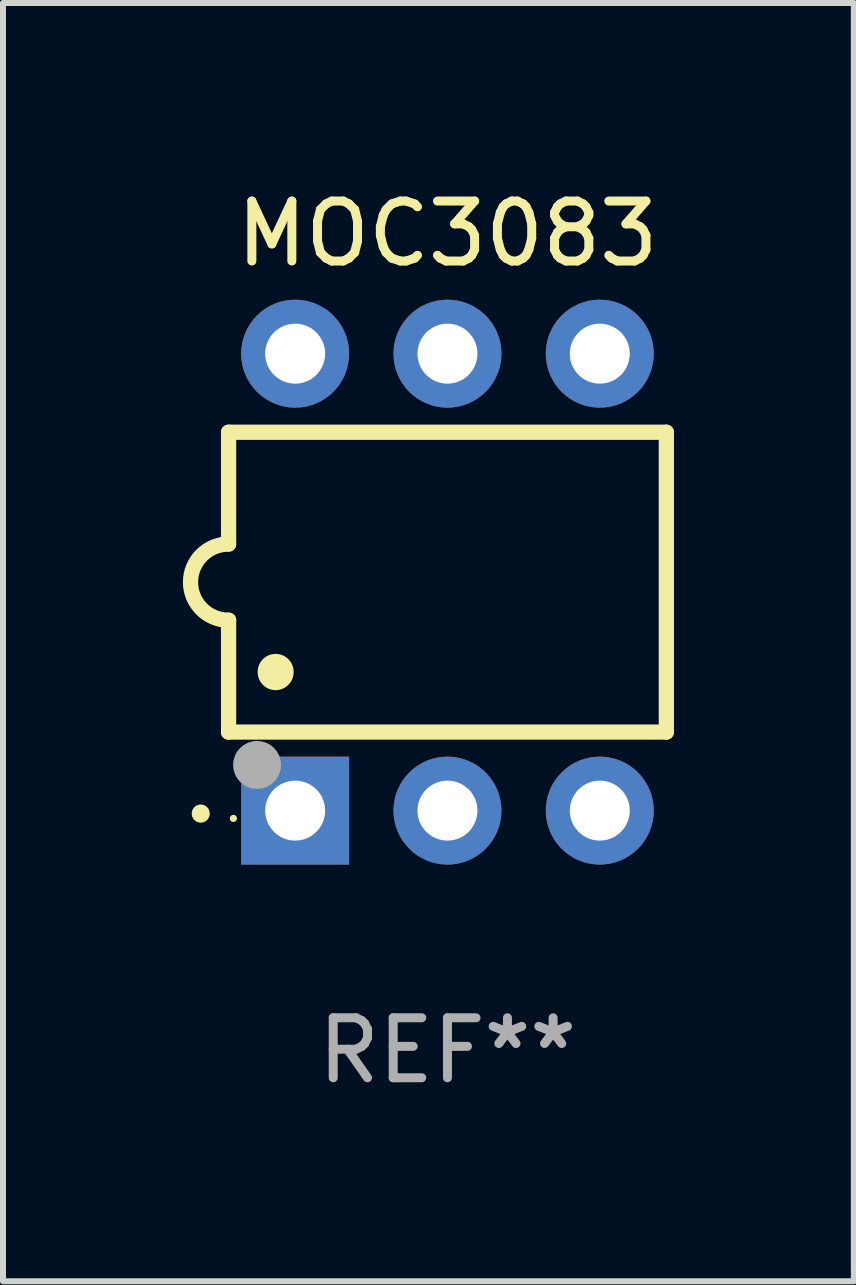
<source format=kicad_pcb>
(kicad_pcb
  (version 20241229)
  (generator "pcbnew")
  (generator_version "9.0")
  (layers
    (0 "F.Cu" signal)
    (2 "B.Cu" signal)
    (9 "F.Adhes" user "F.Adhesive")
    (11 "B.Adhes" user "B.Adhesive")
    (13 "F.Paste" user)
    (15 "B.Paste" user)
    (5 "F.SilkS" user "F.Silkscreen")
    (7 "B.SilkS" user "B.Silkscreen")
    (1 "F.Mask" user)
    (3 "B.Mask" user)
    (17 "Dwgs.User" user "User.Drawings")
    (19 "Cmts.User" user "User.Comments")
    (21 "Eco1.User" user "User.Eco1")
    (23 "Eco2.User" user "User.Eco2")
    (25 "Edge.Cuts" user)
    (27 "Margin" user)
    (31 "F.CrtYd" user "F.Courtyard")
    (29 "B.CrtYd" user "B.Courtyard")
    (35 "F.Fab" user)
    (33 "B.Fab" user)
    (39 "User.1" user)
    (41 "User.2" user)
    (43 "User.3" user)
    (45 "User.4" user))
  (footprint "MOC3083"
    (layer "F.Cu")
    (at 4.412 6.658)
    (property "Reference" "MOC3083" (at 0 -5.81 0) (layer "F.SilkS") (effects (font (size 1 1) (thickness 0.15))))
    (attr through_hole)
    (fp_line (start -3.65 -2.5) (end 3.65 -2.5) (stroke (width 0.254) (type solid)) (layer "F.SilkS"))
    (fp_line (start -3.65 -0.635) (end -3.65 -2.5) (stroke (width 0.254) (type solid)) (layer "F.SilkS"))
    (fp_line (start -3.65 0.635) (end -3.65 2.5) (stroke (width 0.254) (type solid)) (layer "F.SilkS"))
    (fp_line (start -3.65 2.5) (end 3.65 2.5) (stroke (width 0.254) (type solid)) (layer "F.SilkS"))
    (fp_line (start 3.65 -2.5) (end 3.65 2.5) (stroke (width 0.254) (type solid)) (layer "F.SilkS"))
    (fp_arc (start -4.114808 3.860808) (mid -4.114813 3.859538) (end -4.114808 3.858268) (stroke (width 0.3) (type solid)) (layer "F.SilkS"))
    (fp_arc (start -3.650013 0.635001) (mid -4.285014 0) (end -3.650013 -0.635001) (stroke (width 0.254001) (type solid)) (layer "F.SilkS"))
    (fp_arc (start -2.865405 1.501143) (mid -2.865416 1.498603) (end -2.865405 1.496063) (stroke (width 0.6) (type solid)) (layer "F.SilkS"))
    (fp_circle (center -3.57 3.94) (end -3.54 3.94) (stroke (width 0.06) (type solid)) (fill no) (layer "F.SilkS"))
    (fp_circle (center -3.175 3.048) (end -2.975 3.048) (stroke (width 0.4) (type solid)) (fill no) (layer "F.Fab"))
    (fp_text user "REF**" (at 0 7.81 0) (layer "F.Fab") (effects (font (size 1 1) (thickness 0.15))))
    (pad "1" thru_hole rect (at -2.54 3.81 90) (size 1.8 1.8) (drill 1) (layers "*.Cu" "*.Mask"))
    (pad "2" thru_hole circle (at 0 3.81) (size 1.8 1.8) (drill 1) (layers "*.Cu" "*.Mask"))
    (pad "3" thru_hole circle (at 2.54 3.81) (size 1.8 1.8) (drill 1) (layers "*.Cu" "*.Mask"))
    (pad "4" thru_hole circle (at 2.54 -3.81) (size 1.8 1.8) (drill 1) (layers "*.Cu" "*.Mask"))
    (pad "5" thru_hole circle (at 0 -3.81) (size 1.8 1.8) (drill 1) (layers "*.Cu" "*.Mask"))
    (pad "6" thru_hole circle (at -2.54 -3.81) (size 1.8 1.8) (drill 1) (layers "*.Cu" "*.Mask")))
  (gr_rect
    (start -3 -3)
    (end 11.189 18.317)
    (stroke (width 0.1) (type default))
    (fill no)
    (layer "Edge.Cuts")))
</source>
